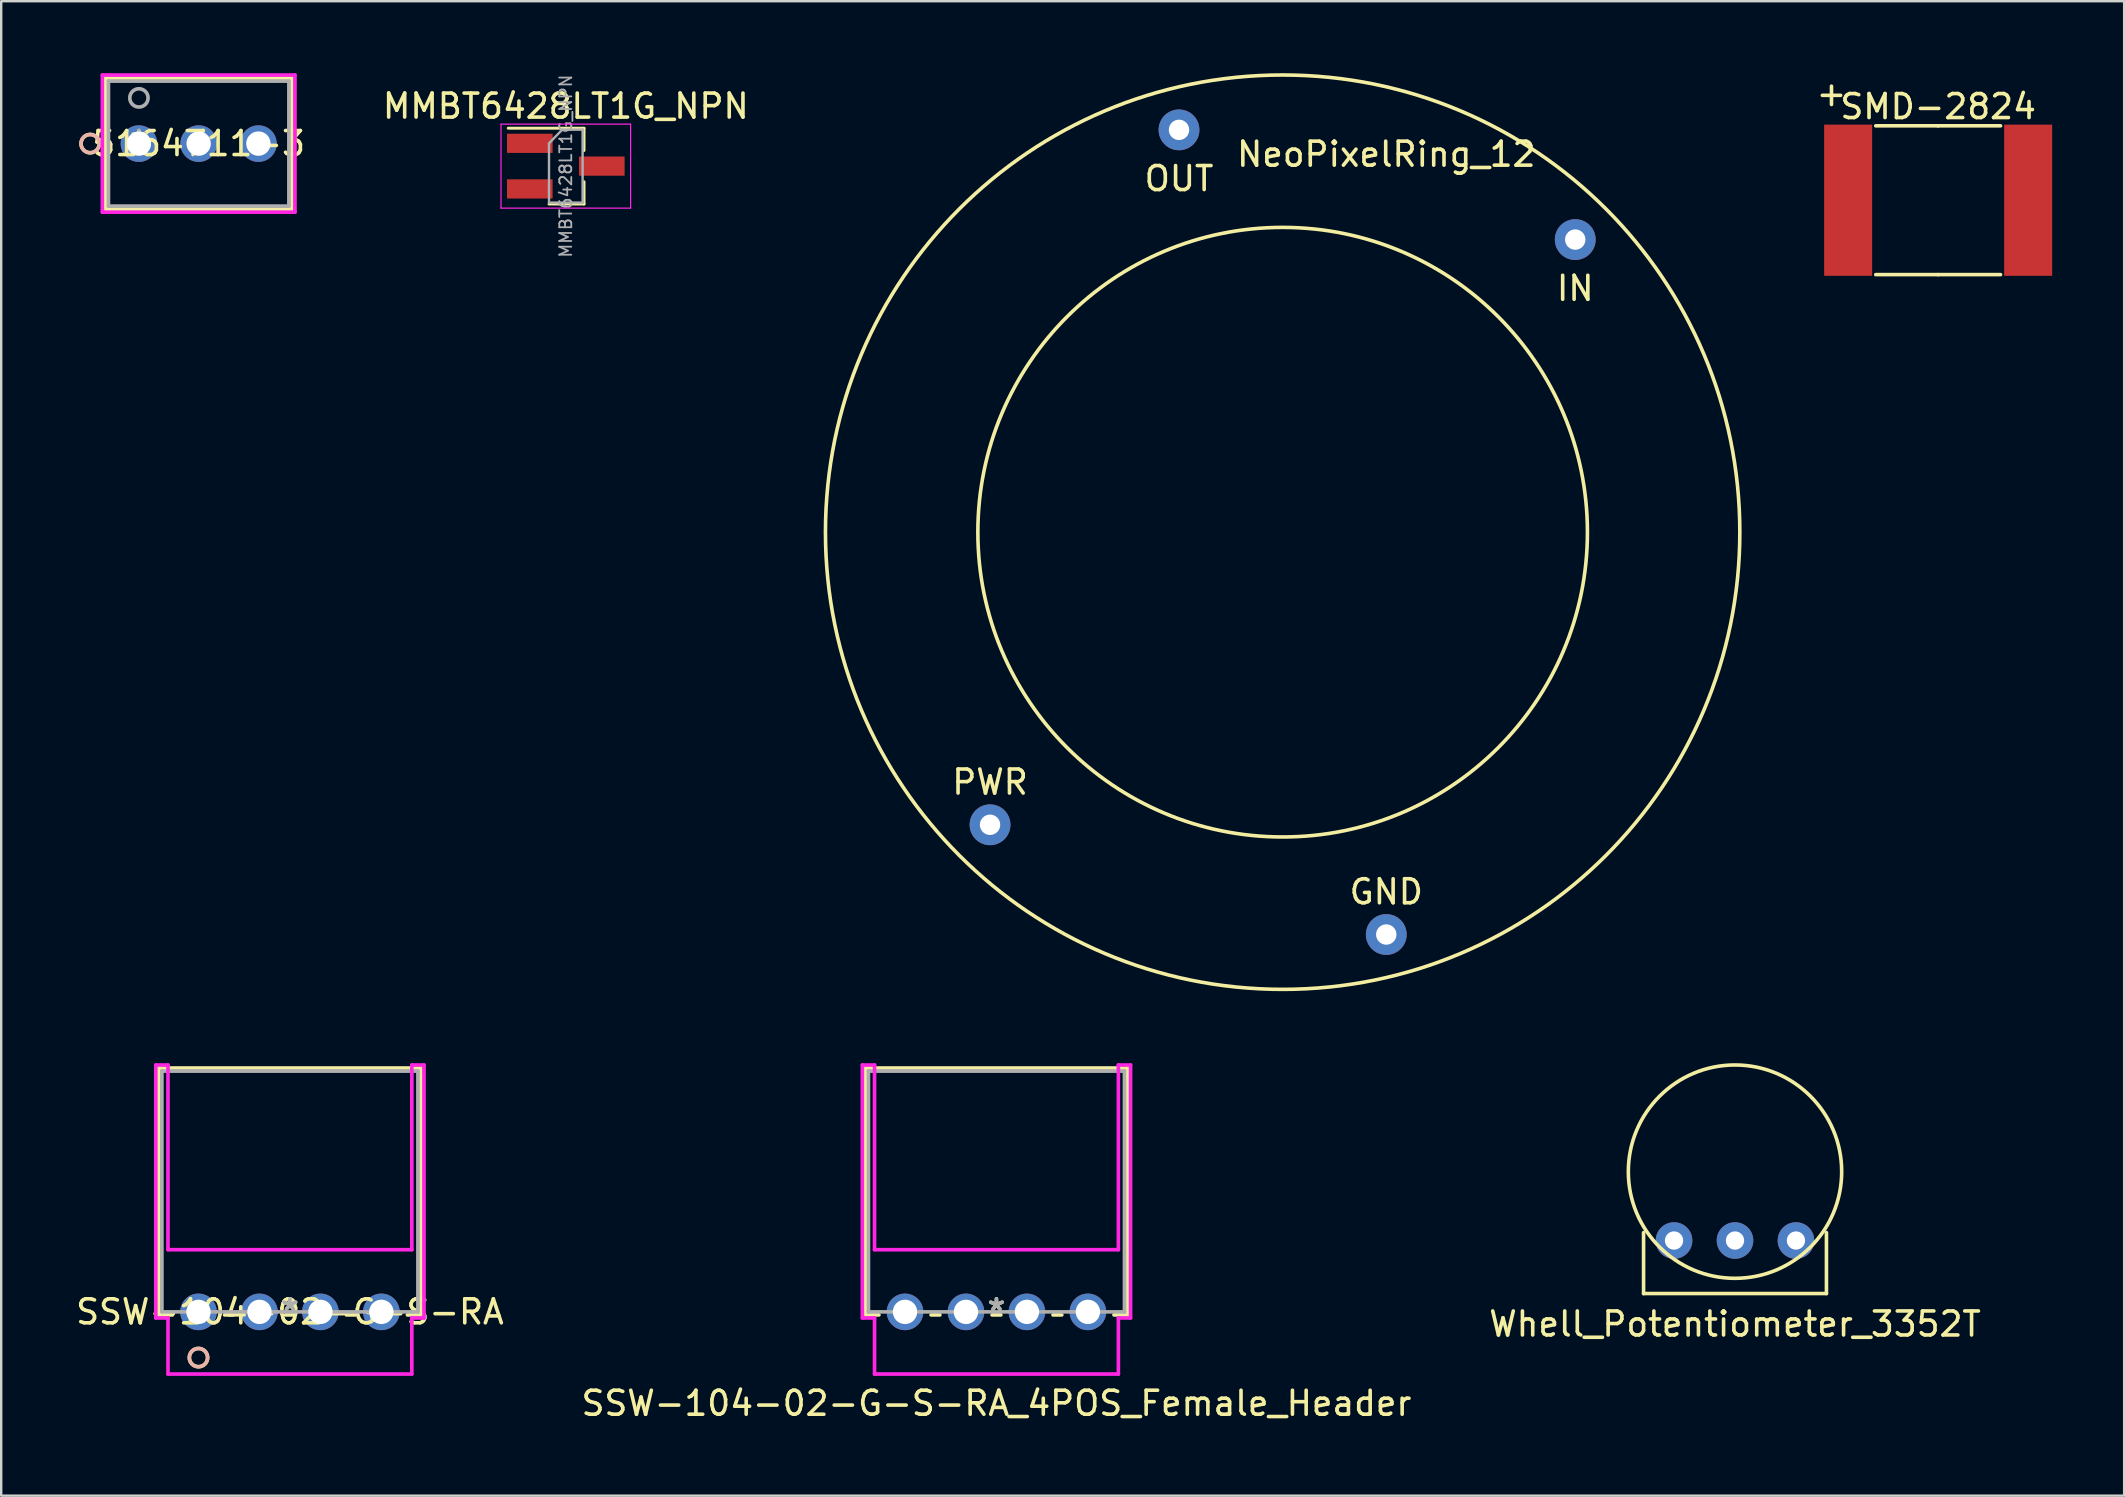
<source format=kicad_pcb>
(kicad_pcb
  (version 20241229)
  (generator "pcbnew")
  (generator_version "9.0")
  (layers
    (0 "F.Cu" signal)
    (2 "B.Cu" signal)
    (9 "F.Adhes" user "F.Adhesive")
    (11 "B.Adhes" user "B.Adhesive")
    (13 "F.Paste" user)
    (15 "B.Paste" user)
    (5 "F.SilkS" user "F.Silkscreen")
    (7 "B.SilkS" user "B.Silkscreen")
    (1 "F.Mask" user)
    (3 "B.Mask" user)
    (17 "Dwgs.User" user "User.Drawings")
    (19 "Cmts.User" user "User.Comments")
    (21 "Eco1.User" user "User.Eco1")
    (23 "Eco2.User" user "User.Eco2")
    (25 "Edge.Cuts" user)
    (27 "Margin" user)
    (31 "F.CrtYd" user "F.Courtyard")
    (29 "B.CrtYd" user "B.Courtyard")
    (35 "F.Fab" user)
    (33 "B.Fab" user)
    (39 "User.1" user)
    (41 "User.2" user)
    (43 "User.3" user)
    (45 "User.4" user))
  (footprint "MMBT6428LT1G_NPN"
    (layer "F.Cu")
    (at 20.526 3.872)
    (property "Reference" "MMBT6428LT1G_NPN" (at 0 -2.5 0) (layer "F.SilkS") (effects (font (size 1 1) (thickness 0.15))))
    (attr smd)
    (fp_line (start 0.76 -1.58) (end -2.4 -1.58) (stroke (width 0.12) (type solid)) (layer "F.SilkS"))
    (fp_line (start 0.76 -1.58) (end 0.76 -0.65) (stroke (width 0.12) (type solid)) (layer "F.SilkS"))
    (fp_line (start 0.76 1.58) (end -0.7 1.58) (stroke (width 0.12) (type solid)) (layer "F.SilkS"))
    (fp_line (start 0.76 1.58) (end 0.76 0.65) (stroke (width 0.12) (type solid)) (layer "F.SilkS"))
    (fp_line (start -2.7 -1.75) (end 2.7 -1.75) (stroke (width 0.05) (type solid)) (layer "F.CrtYd"))
    (fp_line (start -2.7 1.75) (end -2.7 -1.75) (stroke (width 0.05) (type solid)) (layer "F.CrtYd"))
    (fp_line (start 2.7 -1.75) (end 2.7 1.75) (stroke (width 0.05) (type solid)) (layer "F.CrtYd"))
    (fp_line (start 2.7 1.75) (end -2.7 1.75) (stroke (width 0.05) (type solid)) (layer "F.CrtYd"))
    (fp_line (start -0.7 -0.95) (end -0.7 1.5) (stroke (width 0.1) (type solid)) (layer "F.Fab"))
    (fp_line (start -0.7 -0.95) (end -0.15 -1.52) (stroke (width 0.1) (type solid)) (layer "F.Fab"))
    (fp_line (start -0.7 1.52) (end 0.7 1.52) (stroke (width 0.1) (type solid)) (layer "F.Fab"))
    (fp_line (start -0.15 -1.52) (end 0.7 -1.52) (stroke (width 0.1) (type solid)) (layer "F.Fab"))
    (fp_line (start 0.7 -1.52) (end 0.7 1.52) (stroke (width 0.1) (type solid)) (layer "F.Fab"))
    (fp_text user "${REFERENCE}" (at 0 0 90) (layer "F.Fab") (effects (font (size 0.5 0.5) (thickness 0.075))))
    (pad "B" smd rect (at -1.5 -0.95) (size 1.9 0.8) (layers "F.Cu" "F.Mask" "F.Paste"))
    (pad "C" smd rect (at 1.5 0) (size 1.9 0.8) (layers "F.Cu" "F.Mask" "F.Paste"))
    (pad "E" smd rect (at -1.5 0.95) (size 1.9 0.8) (layers "F.Cu" "F.Mask" "F.Paste")))
  (footprint "SSW-104-02-G-S-RA"
    (layer "F.Cu")
    (at 9.03 51.613)
    (property "Reference" "SSW-104-02-G-S-RA" (at 0 0 0) (layer "F.SilkS") (effects (font (size 1 1) (thickness 0.15))))
    (attr through_hole)
    (fp_line (start -5.461 -10.16) (end -5.461 0.127) (stroke (width 0.152) (type solid)) (layer "F.SilkS"))
    (fp_line (start -5.461 0.127) (end -4.897 0.127) (stroke (width 0.152) (type solid)) (layer "F.SilkS"))
    (fp_line (start -2.723 0.127) (end -2.357 0.127) (stroke (width 0.152) (type solid)) (layer "F.SilkS"))
    (fp_line (start -0.183 0.127) (end 0.183 0.127) (stroke (width 0.152) (type solid)) (layer "F.SilkS"))
    (fp_line (start 2.357 0.127) (end 2.723 0.127) (stroke (width 0.152) (type solid)) (layer "F.SilkS"))
    (fp_line (start 4.897 0.127) (end 5.461 0.127) (stroke (width 0.152) (type solid)) (layer "F.SilkS"))
    (fp_line (start 5.461 -10.16) (end -5.461 -10.16) (stroke (width 0.152) (type solid)) (layer "F.SilkS"))
    (fp_line (start 5.461 0.127) (end 5.461 -10.16) (stroke (width 0.152) (type solid)) (layer "F.SilkS"))
    (fp_circle (center -3.81 1.905) (end -3.429 1.905) (stroke (width 0.152) (type solid)) (fill no) (layer "F.SilkS"))
    (fp_circle (center -3.81 1.905) (end -3.429 1.905) (stroke (width 0.152) (type solid)) (fill no) (layer "B.SilkS"))
    (fp_line (start -5.588 -10.287) (end -5.588 0.254) (stroke (width 0.152) (type solid)) (layer "F.CrtYd"))
    (fp_line (start -5.588 0.254) (end -5.08 0.254) (stroke (width 0.152) (type solid)) (layer "F.CrtYd"))
    (fp_line (start -5.08 -10.287) (end -5.588 -10.287) (stroke (width 0.152) (type solid)) (layer "F.CrtYd"))
    (fp_line (start -5.08 -2.591) (end -5.08 -10.287) (stroke (width 0.152) (type solid)) (layer "F.CrtYd"))
    (fp_line (start -5.08 0.254) (end -5.08 2.591) (stroke (width 0.152) (type solid)) (layer "F.CrtYd"))
    (fp_line (start -5.08 2.591) (end 5.08 2.591) (stroke (width 0.152) (type solid)) (layer "F.CrtYd"))
    (fp_line (start 5.08 -10.287) (end 5.08 -2.591) (stroke (width 0.152) (type solid)) (layer "F.CrtYd"))
    (fp_line (start 5.08 -2.591) (end -5.08 -2.591) (stroke (width 0.152) (type solid)) (layer "F.CrtYd"))
    (fp_line (start 5.08 0.254) (end 5.588 0.254) (stroke (width 0.152) (type solid)) (layer "F.CrtYd"))
    (fp_line (start 5.08 2.591) (end 5.08 0.254) (stroke (width 0.152) (type solid)) (layer "F.CrtYd"))
    (fp_line (start 5.588 -10.287) (end 5.08 -10.287) (stroke (width 0.152) (type solid)) (layer "F.CrtYd"))
    (fp_line (start 5.588 0.254) (end 5.588 -10.287) (stroke (width 0.152) (type solid)) (layer "F.CrtYd"))
    (fp_line (start -5.334 -10.033) (end -5.334 0) (stroke (width 0.152) (type solid)) (layer "F.Fab"))
    (fp_line (start -5.334 0) (end 5.334 0) (stroke (width 0.152) (type solid)) (layer "F.Fab"))
    (fp_line (start 5.334 -10.033) (end -5.334 -10.033) (stroke (width 0.152) (type solid)) (layer "F.Fab"))
    (fp_line (start 5.334 0) (end 5.334 -10.033) (stroke (width 0.152) (type solid)) (layer "F.Fab"))
    (fp_circle (center -3.81 0) (end -3.556 0) (stroke (width 0.152) (type solid)) (fill no) (layer "F.Fab"))
    (fp_text user "*" (at 0 0 0) (layer "F.SilkS") (effects (font (size 1 1) (thickness 0.15))))
    (fp_text user "Copyright 2016 Accelerated Designs. All rights reserved." (at 0 0 0) (layer "Cmts.User") (effects (font (size 0.127 0.127) (thickness 0.002))))
    (fp_text user "*" (at 0 0 0) (layer "F.Fab") (effects (font (size 1 1) (thickness 0.15))))
    (pad "1" thru_hole circle (at -3.81 0 90) (size 1.524 1.524) (drill 1.016) (layers "*.Cu" "*.Mask"))
    (pad "2" thru_hole circle (at -1.27 0 90) (size 1.524 1.524) (drill 1.016) (layers "*.Cu" "*.Mask"))
    (pad "3" thru_hole circle (at 1.27 0 90) (size 1.524 1.524) (drill 1.016) (layers "*.Cu" "*.Mask"))
    (pad "4" thru_hole circle (at 3.81 0 90) (size 1.524 1.524) (drill 1.016) (layers "*.Cu" "*.Mask")))
  (footprint "NeoPixelRing_12"
    (layer "F.Cu")
    (at 50.395 19.125)
    (property "Reference" "NeoPixelRing_12" (at 4.318 -15.748 0) (layer "F.SilkS") (effects (font (size 1 1) (thickness 0.15))))
    (attr through_hole)
    (fp_circle (center 0 0) (end 0 -19.05) (stroke (width 0.15) (type solid)) (fill no) (layer "F.SilkS"))
    (fp_circle (center 0 0) (end 0 -12.7) (stroke (width 0.15) (type solid)) (fill no) (layer "F.SilkS"))
    (fp_text user "PWR" (at -12.192 10.414 0) (layer "F.SilkS") (effects (font (size 1 1) (thickness 0.15))))
    (fp_text user "OUT" (at -4.318 -14.732 0) (layer "F.SilkS") (effects (font (size 1 1) (thickness 0.15))))
    (fp_text user "GND" (at 4.318 14.986 0) (layer "F.SilkS") (effects (font (size 1 1) (thickness 0.15))))
    (fp_text user "IN" (at 12.192 -10.16 0) (layer "F.SilkS") (effects (font (size 1 1) (thickness 0.15))))
    (pad "1" thru_hole circle (at -4.318 -16.764) (size 1.7 1.7) (drill 0.85) (layers "*.Cu" "*.Mask"))
    (pad "2" thru_hole circle (at 4.318 16.764) (size 1.7 1.7) (drill 0.85) (layers "*.Cu" "*.Mask"))
    (pad "3" thru_hole circle (at -12.192 12.192) (size 1.7 1.7) (drill 0.85) (layers "*.Cu" "*.Mask"))
    (pad "4" thru_hole circle (at 12.192 -12.192) (size 1.7 1.7) (drill 0.85) (layers "*.Cu" "*.Mask")))
  (footprint "5164711-3"
    (layer "F.Cu")
    (at 2.739 2.934)
    (property "Reference" "5164711-3" (at 2.489 0 0) (layer "F.SilkS") (effects (font (size 1 1) (thickness 0.15))))
    (attr through_hole)
    (fp_line (start -1.397 -2.731) (end -1.397 2.731) (stroke (width 0.152) (type solid)) (layer "F.SilkS"))
    (fp_line (start -1.397 2.731) (end 6.375 2.731) (stroke (width 0.152) (type solid)) (layer "F.SilkS"))
    (fp_line (start 6.375 -2.731) (end -1.397 -2.731) (stroke (width 0.152) (type solid)) (layer "F.SilkS"))
    (fp_line (start 6.375 2.731) (end 6.375 -2.731) (stroke (width 0.152) (type solid)) (layer "F.SilkS"))
    (fp_circle (center -2.032 0) (end -1.651 0) (stroke (width 0.152) (type solid)) (fill no) (layer "F.SilkS"))
    (fp_circle (center -2.032 0) (end -1.651 0) (stroke (width 0.152) (type solid)) (fill no) (layer "B.SilkS"))
    (fp_line (start -1.524 -2.857) (end -1.524 2.857) (stroke (width 0.152) (type solid)) (layer "F.CrtYd"))
    (fp_line (start -1.524 2.857) (end 6.502 2.857) (stroke (width 0.152) (type solid)) (layer "F.CrtYd"))
    (fp_line (start 6.502 -2.857) (end -1.524 -2.857) (stroke (width 0.152) (type solid)) (layer "F.CrtYd"))
    (fp_line (start 6.502 2.857) (end 6.502 -2.857) (stroke (width 0.152) (type solid)) (layer "F.CrtYd"))
    (fp_line (start -1.27 -2.603) (end -1.27 2.603) (stroke (width 0.152) (type solid)) (layer "F.Fab"))
    (fp_line (start -1.27 2.603) (end 6.248 2.603) (stroke (width 0.152) (type solid)) (layer "F.Fab"))
    (fp_line (start 6.248 -2.603) (end -1.27 -2.603) (stroke (width 0.152) (type solid)) (layer "F.Fab"))
    (fp_line (start 6.248 2.603) (end 6.248 -2.603) (stroke (width 0.152) (type solid)) (layer "F.Fab"))
    (fp_circle (center 0 -1.905) (end 0.381 -1.905) (stroke (width 0.152) (type solid)) (fill no) (layer "F.Fab"))
    (fp_text user "*" (at 0 0 0) (layer "F.SilkS") (effects (font (size 1 1) (thickness 0.15))))
    (fp_text user "Copyright 2016 Accelerated Designs. All rights reserved." (at 0 0 0) (layer "Cmts.User") (effects (font (size 0.127 0.127) (thickness 0.002))))
    (fp_text user "*" (at 0 0 0) (layer "F.Fab") (effects (font (size 1 1) (thickness 0.15))))
    (pad "1" thru_hole circle (at 0 0) (size 1.524 1.524) (drill 1.016) (layers "*.Cu" "*.Mask"))
    (pad "2" thru_hole circle (at 2.489 0) (size 1.524 1.524) (drill 1.016) (layers "*.Cu" "*.Mask"))
    (pad "3" thru_hole circle (at 4.978 0) (size 1.524 1.524) (drill 1.016) (layers "*.Cu" "*.Mask")))
  (footprint "SSW-104-02-G-S-RA_4POS_Female_Header"
    (layer "F.Cu")
    (at 38.47 51.613)
    (property "Reference" "SSW-104-02-G-S-RA_4POS_Female_Header" (at 0 3.81 0) (layer "F.SilkS") (effects (font (size 1 1) (thickness 0.15))))
    (attr through_hole)
    (fp_line (start -5.461 -10.16) (end -5.461 0.127) (stroke (width 0.152) (type solid)) (layer "F.SilkS"))
    (fp_line (start -5.461 0.127) (end -4.897 0.127) (stroke (width 0.152) (type solid)) (layer "F.SilkS"))
    (fp_line (start -2.723 0.127) (end -2.357 0.127) (stroke (width 0.152) (type solid)) (layer "F.SilkS"))
    (fp_line (start -0.183 0.127) (end 0.183 0.127) (stroke (width 0.152) (type solid)) (layer "F.SilkS"))
    (fp_line (start 2.357 0.127) (end 2.723 0.127) (stroke (width 0.152) (type solid)) (layer "F.SilkS"))
    (fp_line (start 4.897 0.127) (end 5.461 0.127) (stroke (width 0.152) (type solid)) (layer "F.SilkS"))
    (fp_line (start 5.461 -10.16) (end -5.461 -10.16) (stroke (width 0.152) (type solid)) (layer "F.SilkS"))
    (fp_line (start 5.461 0.127) (end 5.461 -10.16) (stroke (width 0.152) (type solid)) (layer "F.SilkS"))
    (fp_line (start -5.588 -10.287) (end -5.588 0.254) (stroke (width 0.152) (type solid)) (layer "F.CrtYd"))
    (fp_line (start -5.588 0.254) (end -5.08 0.254) (stroke (width 0.152) (type solid)) (layer "F.CrtYd"))
    (fp_line (start -5.08 -10.287) (end -5.588 -10.287) (stroke (width 0.152) (type solid)) (layer "F.CrtYd"))
    (fp_line (start -5.08 -2.591) (end -5.08 -10.287) (stroke (width 0.152) (type solid)) (layer "F.CrtYd"))
    (fp_line (start -5.08 0.254) (end -5.08 2.591) (stroke (width 0.152) (type solid)) (layer "F.CrtYd"))
    (fp_line (start -5.08 2.591) (end 5.08 2.591) (stroke (width 0.152) (type solid)) (layer "F.CrtYd"))
    (fp_line (start 5.08 -10.287) (end 5.08 -2.591) (stroke (width 0.152) (type solid)) (layer "F.CrtYd"))
    (fp_line (start 5.08 -2.591) (end -5.08 -2.591) (stroke (width 0.152) (type solid)) (layer "F.CrtYd"))
    (fp_line (start 5.08 0.254) (end 5.588 0.254) (stroke (width 0.152) (type solid)) (layer "F.CrtYd"))
    (fp_line (start 5.08 2.591) (end 5.08 0.254) (stroke (width 0.152) (type solid)) (layer "F.CrtYd"))
    (fp_line (start 5.588 -10.287) (end 5.08 -10.287) (stroke (width 0.152) (type solid)) (layer "F.CrtYd"))
    (fp_line (start 5.588 0.254) (end 5.588 -10.287) (stroke (width 0.152) (type solid)) (layer "F.CrtYd"))
    (fp_line (start -5.334 -10.033) (end -5.334 0) (stroke (width 0.152) (type solid)) (layer "F.Fab"))
    (fp_line (start -5.334 0) (end 5.334 0) (stroke (width 0.152) (type solid)) (layer "F.Fab"))
    (fp_line (start 5.334 -10.033) (end -5.334 -10.033) (stroke (width 0.152) (type solid)) (layer "F.Fab"))
    (fp_line (start 5.334 0) (end 5.334 -10.033) (stroke (width 0.152) (type solid)) (layer "F.Fab"))
    (fp_circle (center -3.81 0) (end -3.556 0) (stroke (width 0.152) (type solid)) (fill no) (layer "F.Fab"))
    (fp_text user "*" (at 0 0 0) (layer "F.SilkS") (effects (font (size 1 1) (thickness 0.15))))
    (fp_text user "Copyright 2016 Accelerated Designs. All rights reserved." (at 0 0 0) (layer "Cmts.User") (effects (font (size 0.127 0.127) (thickness 0.002))))
    (fp_text user "*" (at 0 0 0) (layer "F.Fab") (effects (font (size 1 1) (thickness 0.15))))
    (pad "1" thru_hole circle (at 3.81 0 90) (size 1.524 1.524) (drill 1.016) (layers "*.Cu" "*.Mask"))
    (pad "2" thru_hole circle (at -1.27 0 90) (size 1.524 1.524) (drill 1.016) (layers "*.Cu" "*.Mask"))
    (pad "3" thru_hole circle (at -3.81 0 90) (size 1.524 1.524) (drill 1.016) (layers "*.Cu" "*.Mask"))
    (pad "4" thru_hole circle (at 1.27 0 90) (size 1.524 1.524) (drill 1.016) (layers "*.Cu" "*.Mask")))
  (footprint "SMD-2824"
    (layer "F.Cu")
    (at 77.709 5.293)
    (property "Reference" "SMD-2824" (at 0 -3.9 0) (layer "F.SilkS") (effects (font (size 1 1) (thickness 0.15))))
    (attr through_hole)
    (fp_line (start 0 -3.1) (end -2.6 -3.1) (stroke (width 0.15) (type solid)) (layer "F.SilkS"))
    (fp_line (start 0 -3.1) (end 2.6 -3.1) (stroke (width 0.15) (type solid)) (layer "F.SilkS"))
    (fp_line (start 0 3.1) (end -2.6 3.1) (stroke (width 0.15) (type solid)) (layer "F.SilkS"))
    (fp_line (start 0 3.1) (end 2.6 3.1) (stroke (width 0.15) (type solid)) (layer "F.SilkS"))
    (fp_text user "+" (at -4.445 -4.445 0) (layer "F.SilkS") (effects (font (size 1 1) (thickness 0.15))))
    (pad "1" smd rect (at -3.75 0) (size 2 6.3) (layers "F.Cu" "F.Mask" "F.Paste"))
    (pad "2" smd rect (at 3.75 0) (size 2 6.3) (layers "F.Cu" "F.Mask" "F.Paste")))
  (footprint "Whell_Potentiometer_3352T"
    (layer "F.Cu")
    (at 69.244 45.77)
    (property "Reference" "Whell_Potentiometer_3352T" (at 0 6.35 0) (layer "F.SilkS") (effects (font (size 1 1) (thickness 0.15))))
    (attr through_hole)
    (fp_line (start -3.81 5.08) (end -3.81 2.54) (stroke (width 0.15) (type solid)) (layer "F.SilkS"))
    (fp_line (start -3.81 5.08) (end 3.81 5.08) (stroke (width 0.15) (type solid)) (layer "F.SilkS"))
    (fp_line (start 3.81 5.08) (end 3.81 2.54) (stroke (width 0.15) (type solid)) (layer "F.SilkS"))
    (fp_circle (center 0 0) (end 4.445 0) (stroke (width 0.15) (type solid)) (fill no) (layer "F.SilkS"))
    (pad "1" thru_hole circle (at -2.54 2.87) (size 1.524 1.524) (drill 0.762) (layers "*.Cu" "*.Mask"))
    (pad "2" thru_hole circle (at 0 2.87) (size 1.524 1.524) (drill 0.762) (layers "*.Cu" "*.Mask"))
    (pad "3" thru_hole circle (at 2.54 2.87) (size 1.524 1.524) (drill 0.762) (layers "*.Cu" "*.Mask")))
  (gr_rect
    (start -3 -3)
    (end 85.459 59.271)
    (stroke (width 0.1) (type default))
    (fill no)
    (layer "Edge.Cuts")))
</source>
